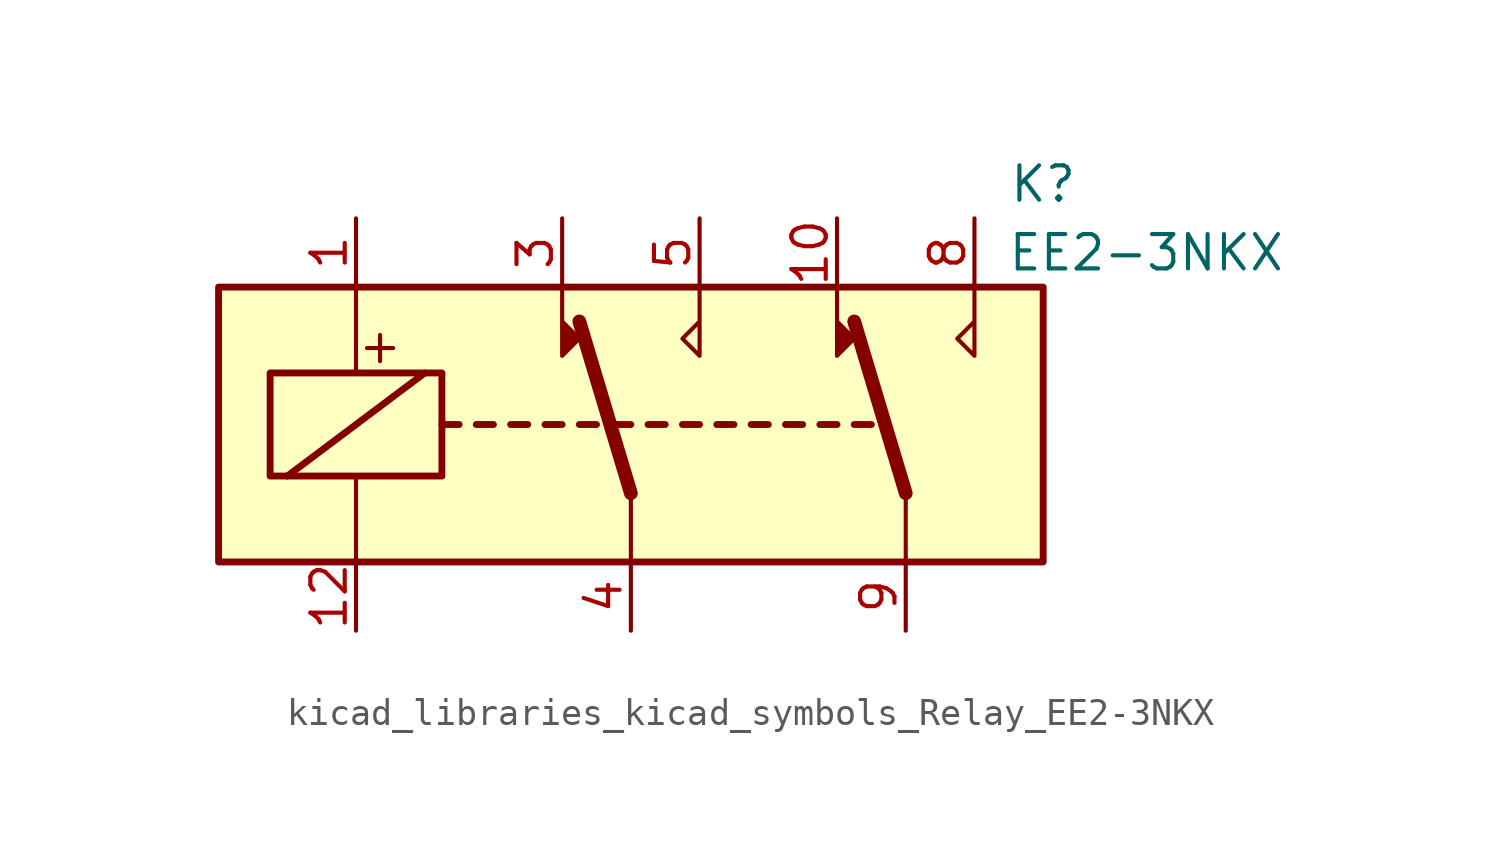
<source format=kicad_sym>
(kicad_symbol_lib
  (version 20220914)
  (generator kicad_symbol_editor)
  (symbol "kicad_libraries_kicad_symbols_Relay_EE2-3NKX"
    (property "Reference" "K"
      (at 15.24 8.89 0)
      (effects (font (size 1.27 1.27))))
    (property "Value" "EE2-3NKX"
      (at 19.05 6.35 0)
      (effects (font (size 1.27 1.27))))
    (symbol "kicad_libraries_kicad_symbols_Relay_EE2-3NKX_1_1"
      (rectangle (start -15.24 5.08) (end 15.24 -5.08) (stroke (width 0.254) (type default)) (fill (type background)))
      (rectangle (start -13.335 1.905) (end -6.985 -1.905) (stroke (width 0.254) (type default)) (fill (type none)))
      (polyline (pts (xy -12.7 -1.905) (xy -7.62 1.905)) (stroke (width 0.254) (type default)) (fill (type none)))
      (polyline (pts (xy -10.16 -5.08) (xy -10.16 -1.905)) (stroke (width 0) (type default)) (fill (type none)))
      (polyline (pts (xy -10.16 5.08) (xy -10.16 1.905)) (stroke (width 0) (type default)) (fill (type none)))
      (polyline (pts (xy -6.985 0) (xy -6.35 0)) (stroke (width 0.254) (type default)) (fill (type none)))
      (polyline (pts (xy -5.715 0) (xy -5.08 0)) (stroke (width 0.254) (type default)) (fill (type none)))
      (polyline (pts (xy -4.445 0) (xy -3.81 0)) (stroke (width 0.254) (type default)) (fill (type none)))
      (polyline (pts (xy -3.175 0) (xy -2.54 0)) (stroke (width 0.254) (type default)) (fill (type none)))
      (polyline (pts (xy -1.905 0) (xy -1.27 0)) (stroke (width 0.254) (type default)) (fill (type none)))
      (polyline (pts (xy -0.635 0) (xy 0 0)) (stroke (width 0.254) (type default)) (fill (type none)))
      (polyline (pts (xy 0 -2.54) (xy -1.905 3.81)) (stroke (width 0.508) (type default)) (fill (type none)))
      (polyline (pts (xy 0 -2.54) (xy 0 -5.08)) (stroke (width 0) (type default)) (fill (type none)))
      (polyline (pts (xy 0.635 0) (xy 1.27 0)) (stroke (width 0.254) (type default)) (fill (type none)))
      (polyline (pts (xy 1.905 0) (xy 2.54 0)) (stroke (width 0.254) (type default)) (fill (type none)))
      (polyline (pts (xy 3.175 0) (xy 3.81 0)) (stroke (width 0.254) (type default)) (fill (type none)))
      (polyline (pts (xy 4.445 0) (xy 5.08 0)) (stroke (width 0.254) (type default)) (fill (type none)))
      (polyline (pts (xy 5.715 0) (xy 6.35 0)) (stroke (width 0.254) (type default)) (fill (type none)))
      (polyline (pts (xy 6.985 0) (xy 7.62 0)) (stroke (width 0.254) (type default)) (fill (type none)))
      (polyline (pts (xy 8.255 0) (xy 8.89 0)) (stroke (width 0.254) (type default)) (fill (type none)))
      (polyline (pts (xy 10.16 -2.54) (xy 8.255 3.81)) (stroke (width 0.508) (type default)) (fill (type none)))
      (polyline (pts (xy 10.16 -2.54) (xy 10.16 -5.08)) (stroke (width 0) (type default)) (fill (type none)))
      (polyline (pts (xy -2.54 5.08) (xy -2.54 2.54) (xy -1.905 3.175) (xy -2.54 3.81)) (stroke (width 0) (type default)) (fill (type outline)))
      (polyline (pts (xy 2.54 5.08) (xy 2.54 2.54) (xy 1.905 3.175) (xy 2.54 3.81)) (stroke (width 0) (type default)) (fill (type none)))
      (polyline (pts (xy 7.62 5.08) (xy 7.62 2.54) (xy 8.255 3.175) (xy 7.62 3.81)) (stroke (width 0) (type default)) (fill (type outline)))
      (polyline (pts (xy 12.7 5.08) (xy 12.7 2.54) (xy 12.065 3.175) (xy 12.7 3.81)) (stroke (width 0) (type default)) (fill (type none)))
      (text "+" (at -9.271 2.921 0) (effects (font (size 1.27 1.27))))
      (pin passive line (at -10.16 7.62 270) (length 2.54) (name "~" (effects (font (size 1.27 1.27)))) (number "1" (effects (font (size 1.27 1.27)))))
      (pin passive line (at 7.62 7.62 270) (length 2.54) (name "~" (effects (font (size 1.27 1.27)))) (number "10" (effects (font (size 1.27 1.27)))))
      (pin passive line (at -10.16 -7.62 90) (length 2.54) (name "~" (effects (font (size 1.27 1.27)))) (number "12" (effects (font (size 1.27 1.27)))))
      (pin passive line (at -2.54 7.62 270) (length 2.54) (name "~" (effects (font (size 1.27 1.27)))) (number "3" (effects (font (size 1.27 1.27)))))
      (pin passive line (at 0 -7.62 90) (length 2.54) (name "~" (effects (font (size 1.27 1.27)))) (number "4" (effects (font (size 1.27 1.27)))))
      (pin passive line (at 2.54 7.62 270) (length 2.54) (name "~" (effects (font (size 1.27 1.27)))) (number "5" (effects (font (size 1.27 1.27)))))
      (pin passive line (at 12.7 7.62 270) (length 2.54) (name "~" (effects (font (size 1.27 1.27)))) (number "8" (effects (font (size 1.27 1.27)))))
      (pin passive line (at 10.16 -7.62 90) (length 2.54) (name "~" (effects (font (size 1.27 1.27)))) (number "9" (effects (font (size 1.27 1.27))))))))
</source>
